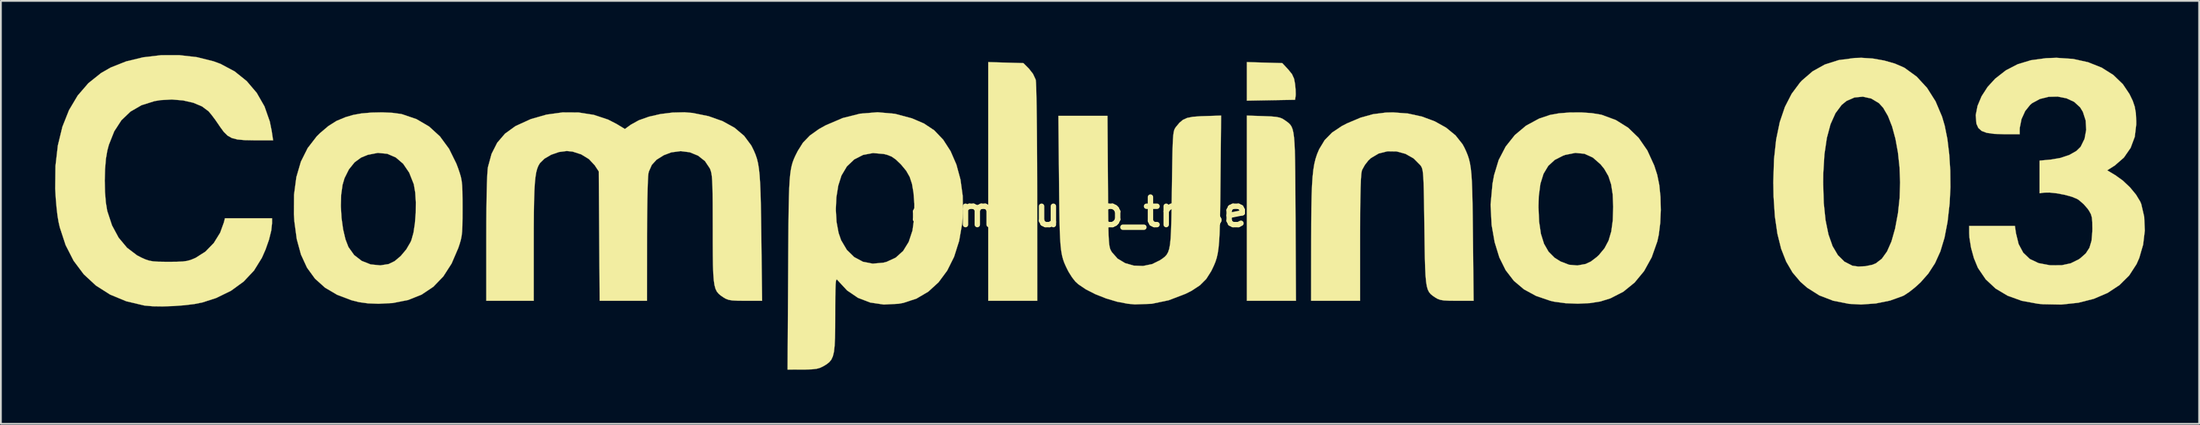
<source format=kicad_pcb>
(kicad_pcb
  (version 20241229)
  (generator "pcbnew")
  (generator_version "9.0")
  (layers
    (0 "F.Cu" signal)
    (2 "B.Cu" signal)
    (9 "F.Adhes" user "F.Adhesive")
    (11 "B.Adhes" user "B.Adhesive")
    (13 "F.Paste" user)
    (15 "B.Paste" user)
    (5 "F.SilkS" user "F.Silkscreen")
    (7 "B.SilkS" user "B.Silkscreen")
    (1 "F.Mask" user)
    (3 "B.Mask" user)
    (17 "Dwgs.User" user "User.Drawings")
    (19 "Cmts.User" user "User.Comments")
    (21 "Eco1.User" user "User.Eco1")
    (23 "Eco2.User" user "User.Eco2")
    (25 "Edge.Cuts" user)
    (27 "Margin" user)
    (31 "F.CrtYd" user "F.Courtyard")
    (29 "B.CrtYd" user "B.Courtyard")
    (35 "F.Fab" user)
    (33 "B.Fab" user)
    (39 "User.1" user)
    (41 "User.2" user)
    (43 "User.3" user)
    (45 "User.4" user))
  (footprint "compluino_trasero"
    (layer "F.Cu")
    (at 57.806 8.702)
    (property "Reference" "compluino_trasero" (at 0 0 0) (layer "F.SilkS") (effects (font (size 1.524 1.524) (thickness 0.3))))
    (attr through_hole)
    (fp_poly (pts (xy 9.108 -8.283) (xy 10.088 -8.255) (xy 10.413 -7.906) (xy 10.625 -7.645) (xy 10.74 -7.39) (xy 10.795 -7.096) (xy 10.823 -6.795) (xy 10.831 -6.532) (xy 10.824 -6.429) (xy 10.795 -6.223) (xy 9.461 -6.2) (xy 8.128 -6.176) (xy 8.128 -8.312) (xy 9.108 -8.283)) (stroke (width 0.01) (type solid)) (fill yes) (layer "F.SilkS"))
    (fp_poly (pts (xy -5.208 -8.283) (xy -4.236 -8.255) (xy -3.932 -7.951) (xy -3.704 -7.66) (xy -3.561 -7.351) (xy -3.552 -7.316) (xy -3.539 -7.178) (xy -3.527 -6.884) (xy -3.516 -6.45) (xy -3.505 -5.891) (xy -3.496 -5.22) (xy -3.488 -4.453) (xy -3.482 -3.604) (xy -3.477 -2.687) (xy -3.474 -1.717) (xy -3.473 -1.037) (xy -3.471 4.911) (xy -6.181 4.911) (xy -6.181 -8.312) (xy -5.208 -8.283)) (stroke (width 0.01) (type solid)) (fill yes) (layer "F.SilkS"))
    (fp_poly (pts (xy 9.038 -5.32) (xy 9.46 -5.303) (xy 9.754 -5.276) (xy 9.959 -5.233) (xy 10.115 -5.165) (xy 10.225 -5.094) (xy 10.344 -5.01) (xy 10.445 -4.932) (xy 10.53 -4.845) (xy 10.6 -4.737) (xy 10.657 -4.594) (xy 10.702 -4.401) (xy 10.737 -4.145) (xy 10.763 -3.813) (xy 10.782 -3.391) (xy 10.795 -2.864) (xy 10.804 -2.22) (xy 10.81 -1.444) (xy 10.815 -0.522) (xy 10.82 0.275) (xy 10.844 4.911) (xy 8.128 4.911) (xy 8.128 -5.349) (xy 9.038 -5.32)) (stroke (width 0.01) (type solid)) (fill yes) (layer "F.SilkS"))
    (fp_poly (pts (xy 27.211 -5.485) (xy 27.711 -5.402) (xy 27.762 -5.39) (xy 28.542 -5.102) (xy 29.222 -4.677) (xy 29.803 -4.115) (xy 30.284 -3.418) (xy 30.665 -2.584) (xy 30.83 -2.071) (xy 30.945 -1.507) (xy 31.011 -0.838) (xy 31.029 -0.119) (xy 30.998 0.594) (xy 30.918 1.244) (xy 30.836 1.621) (xy 30.525 2.502) (xy 30.104 3.265) (xy 29.579 3.901) (xy 28.957 4.407) (xy 28.241 4.775) (xy 27.678 4.95) (xy 27.101 5.04) (xy 26.438 5.071) (xy 25.76 5.045) (xy 25.139 4.961) (xy 24.923 4.912) (xy 24.13 4.642) (xy 23.457 4.276) (xy 22.899 3.804) (xy 22.447 3.217) (xy 22.095 2.507) (xy 21.837 1.665) (xy 21.669 0.709) (xy 21.618 -0.296) (xy 24.261 -0.296) (xy 24.296 0.526) (xy 24.397 1.205) (xy 24.569 1.755) (xy 24.819 2.19) (xy 25.153 2.526) (xy 25.479 2.731) (xy 25.953 2.913) (xy 26.41 2.954) (xy 26.872 2.871) (xy 27.16 2.735) (xy 27.483 2.489) (xy 27.607 2.373) (xy 27.914 2.003) (xy 28.139 1.578) (xy 28.289 1.071) (xy 28.372 0.455) (xy 28.396 -0.295) (xy 28.396 -0.296) (xy 28.368 -0.981) (xy 28.282 -1.538) (xy 28.13 -1.999) (xy 27.9 -2.398) (xy 27.697 -2.649) (xy 27.27 -3.023) (xy 26.808 -3.234) (xy 26.302 -3.283) (xy 25.744 -3.172) (xy 25.617 -3.127) (xy 25.16 -2.893) (xy 24.803 -2.564) (xy 24.541 -2.127) (xy 24.368 -1.571) (xy 24.278 -0.883) (xy 24.261 -0.296) (xy 21.618 -0.296) (xy 21.612 -0.416) (xy 21.719 -1.582) (xy 21.806 -2.05) (xy 22.06 -2.89) (xy 22.447 -3.634) (xy 22.954 -4.271) (xy 23.573 -4.79) (xy 24.293 -5.181) (xy 24.902 -5.386) (xy 25.399 -5.475) (xy 25.992 -5.521) (xy 26.616 -5.525) (xy 27.211 -5.485)) (stroke (width 0.01) (type solid)) (fill yes) (layer "F.SilkS"))
    (fp_poly (pts (xy 17.033 -5.465) (xy 17.811 -5.296) (xy 18.525 -5.03) (xy 19.154 -4.678) (xy 19.673 -4.252) (xy 20.06 -3.763) (xy 20.16 -3.58) (xy 20.262 -3.362) (xy 20.346 -3.155) (xy 20.416 -2.941) (xy 20.472 -2.703) (xy 20.517 -2.422) (xy 20.552 -2.081) (xy 20.578 -1.662) (xy 20.597 -1.149) (xy 20.612 -0.522) (xy 20.624 0.235) (xy 20.634 1.141) (xy 20.636 1.333) (xy 20.672 4.911) (xy 19.746 4.911) (xy 19.325 4.907) (xy 19.032 4.892) (xy 18.828 4.858) (xy 18.673 4.8) (xy 18.533 4.717) (xy 18.402 4.626) (xy 18.293 4.535) (xy 18.205 4.427) (xy 18.136 4.287) (xy 18.082 4.096) (xy 18.042 3.84) (xy 18.012 3.5) (xy 17.991 3.06) (xy 17.975 2.503) (xy 17.963 1.813) (xy 17.951 0.973) (xy 17.949 0.832) (xy 17.938 0.011) (xy 17.928 -0.657) (xy 17.917 -1.19) (xy 17.905 -1.606) (xy 17.89 -1.92) (xy 17.872 -2.151) (xy 17.849 -2.316) (xy 17.82 -2.432) (xy 17.784 -2.515) (xy 17.74 -2.583) (xy 17.73 -2.597) (xy 17.357 -2.973) (xy 16.907 -3.229) (xy 16.413 -3.363) (xy 15.907 -3.371) (xy 15.424 -3.25) (xy 14.994 -2.997) (xy 14.844 -2.856) (xy 14.655 -2.612) (xy 14.51 -2.35) (xy 14.489 -2.295) (xy 14.461 -2.129) (xy 14.438 -1.813) (xy 14.42 -1.342) (xy 14.406 -0.715) (xy 14.398 0.073) (xy 14.394 1.026) (xy 14.393 1.452) (xy 14.393 4.911) (xy 11.684 4.911) (xy 11.687 1.587) (xy 11.69 0.612) (xy 11.697 -0.211) (xy 11.711 -0.9) (xy 11.732 -1.473) (xy 11.763 -1.946) (xy 11.804 -2.338) (xy 11.858 -2.666) (xy 11.925 -2.947) (xy 12.008 -3.2) (xy 12.108 -3.441) (xy 12.13 -3.49) (xy 12.429 -3.986) (xy 12.839 -4.406) (xy 13.384 -4.771) (xy 13.674 -4.92) (xy 14.413 -5.232) (xy 15.107 -5.426) (xy 15.814 -5.516) (xy 16.214 -5.526) (xy 17.033 -5.465)) (stroke (width 0.01) (type solid)) (fill yes) (layer "F.SilkS"))
    (fp_poly (pts (xy -39.152 -5.503) (xy -38.681 -5.44) (xy -38.608 -5.424) (xy -37.813 -5.153) (xy -37.116 -4.744) (xy -36.516 -4.196) (xy -36.012 -3.509) (xy -35.606 -2.684) (xy -35.504 -2.412) (xy -35.419 -2.161) (xy -35.356 -1.943) (xy -35.314 -1.725) (xy -35.287 -1.472) (xy -35.273 -1.15) (xy -35.267 -0.724) (xy -35.266 -0.212) (xy -35.267 0.34) (xy -35.274 0.757) (xy -35.289 1.073) (xy -35.317 1.323) (xy -35.361 1.541) (xy -35.425 1.761) (xy -35.502 1.99) (xy -35.87 2.846) (xy -36.328 3.559) (xy -36.88 4.133) (xy -37.529 4.568) (xy -38.278 4.868) (xy -39.132 5.036) (xy -39.917 5.075) (xy -40.499 5.053) (xy -40.991 4.985) (xy -41.402 4.882) (xy -42.199 4.581) (xy -42.873 4.184) (xy -43.428 3.685) (xy -43.871 3.076) (xy -44.205 2.349) (xy -44.437 1.497) (xy -44.57 0.512) (xy -44.595 0.116) (xy -44.592 -0.334) (xy -41.998 -0.334) (xy -41.961 0.318) (xy -41.874 0.948) (xy -41.743 1.507) (xy -41.578 1.935) (xy -41.263 2.376) (xy -40.845 2.7) (xy -40.352 2.895) (xy -39.813 2.948) (xy -39.353 2.875) (xy -39.021 2.713) (xy -38.683 2.428) (xy -38.376 2.061) (xy -38.138 1.652) (xy -38.093 1.544) (xy -37.98 1.139) (xy -37.901 0.62) (xy -37.856 0.042) (xy -37.849 -0.543) (xy -37.882 -1.08) (xy -37.956 -1.517) (xy -37.969 -1.564) (xy -38.217 -2.19) (xy -38.551 -2.681) (xy -38.959 -3.03) (xy -39.43 -3.233) (xy -39.952 -3.283) (xy -40.514 -3.174) (xy -40.879 -3.023) (xy -41.24 -2.759) (xy -41.554 -2.367) (xy -41.794 -1.886) (xy -41.905 -1.511) (xy -41.981 -0.96) (xy -41.998 -0.334) (xy -44.592 -0.334) (xy -44.588 -0.969) (xy -44.46 -1.939) (xy -44.209 -2.798) (xy -43.834 -3.548) (xy -43.334 -4.196) (xy -43.147 -4.381) (xy -42.686 -4.772) (xy -42.239 -5.054) (xy -41.737 -5.263) (xy -41.317 -5.385) (xy -40.859 -5.468) (xy -40.304 -5.516) (xy -39.714 -5.528) (xy -39.152 -5.503)) (stroke (width 0.01) (type solid)) (fill yes) (layer "F.SilkS"))
    (fp_poly (pts (xy 6.668 -1.722) (xy 6.659 -0.783) (xy 6.648 0.004) (xy 6.635 0.657) (xy 6.617 1.194) (xy 6.592 1.632) (xy 6.559 1.988) (xy 6.516 2.281) (xy 6.461 2.528) (xy 6.391 2.747) (xy 6.306 2.954) (xy 6.204 3.169) (xy 6.147 3.282) (xy 5.881 3.701) (xy 5.536 4.047) (xy 5.076 4.352) (xy 4.741 4.522) (xy 3.805 4.88) (xy 2.863 5.077) (xy 1.93 5.11) (xy 1.537 5.074) (xy 0.942 4.96) (xy 0.331 4.777) (xy -0.256 4.544) (xy -0.777 4.279) (xy -1.194 3.997) (xy -1.367 3.838) (xy -1.544 3.611) (xy -1.725 3.324) (xy -1.782 3.217) (xy -1.885 3.008) (xy -1.971 2.813) (xy -2.041 2.616) (xy -2.098 2.4) (xy -2.143 2.146) (xy -2.178 1.838) (xy -2.204 1.458) (xy -2.224 0.988) (xy -2.238 0.41) (xy -2.249 -0.292) (xy -2.259 -1.136) (xy -2.264 -1.672) (xy -2.299 -5.334) (xy 0.416 -5.334) (xy 0.441 -1.714) (xy 0.447 -0.838) (xy 0.453 -0.114) (xy 0.46 0.473) (xy 0.468 0.94) (xy 0.478 1.302) (xy 0.493 1.576) (xy 0.511 1.779) (xy 0.535 1.925) (xy 0.564 2.033) (xy 0.601 2.117) (xy 0.646 2.195) (xy 0.66 2.218) (xy 0.976 2.575) (xy 1.393 2.825) (xy 1.875 2.962) (xy 2.386 2.981) (xy 2.892 2.876) (xy 3.318 2.666) (xy 3.468 2.565) (xy 3.592 2.468) (xy 3.692 2.357) (xy 3.771 2.216) (xy 3.832 2.029) (xy 3.878 1.778) (xy 3.911 1.447) (xy 3.934 1.019) (xy 3.951 0.476) (xy 3.964 -0.197) (xy 3.976 -1.018) (xy 3.979 -1.285) (xy 3.991 -2.106) (xy 4.001 -2.774) (xy 4.012 -3.308) (xy 4.024 -3.723) (xy 4.039 -4.038) (xy 4.057 -4.269) (xy 4.08 -4.434) (xy 4.109 -4.549) (xy 4.145 -4.631) (xy 4.189 -4.699) (xy 4.196 -4.709) (xy 4.394 -4.949) (xy 4.591 -5.114) (xy 4.825 -5.22) (xy 5.136 -5.281) (xy 5.562 -5.313) (xy 5.77 -5.32) (xy 6.702 -5.349) (xy 6.668 -1.722)) (stroke (width 0.01) (type solid)) (fill yes) (layer "F.SilkS"))
    (fp_poly (pts (xy 42.75 -8.511) (xy 43.386 -8.399) (xy 43.981 -8.229) (xy 44.475 -8.015) (xy 44.527 -7.986) (xy 45.19 -7.502) (xy 45.76 -6.883) (xy 46.23 -6.139) (xy 46.592 -5.284) (xy 46.738 -4.784) (xy 46.884 -4.055) (xy 46.986 -3.21) (xy 47.044 -2.302) (xy 47.053 -1.38) (xy 47.009 -0.493) (xy 47.009 -0.486) (xy 46.894 0.537) (xy 46.725 1.418) (xy 46.496 2.176) (xy 46.199 2.832) (xy 45.827 3.406) (xy 45.403 3.887) (xy 45.098 4.165) (xy 44.781 4.417) (xy 44.504 4.601) (xy 44.423 4.643) (xy 43.719 4.897) (xy 42.928 5.058) (xy 42.111 5.116) (xy 41.444 5.08) (xy 40.568 4.908) (xy 39.798 4.611) (xy 39.123 4.183) (xy 38.75 3.855) (xy 38.32 3.346) (xy 37.966 2.74) (xy 37.687 2.027) (xy 37.48 1.195) (xy 37.341 0.234) (xy 37.268 -0.867) (xy 37.255 -1.609) (xy 40.012 -1.609) (xy 40.045 -0.508) (xy 40.142 0.439) (xy 40.304 1.234) (xy 40.531 1.881) (xy 40.826 2.383) (xy 41.189 2.743) (xy 41.621 2.964) (xy 41.629 2.967) (xy 41.954 3.014) (xy 42.348 2.995) (xy 42.727 2.916) (xy 42.923 2.838) (xy 43.258 2.581) (xy 43.546 2.179) (xy 43.79 1.625) (xy 43.991 0.917) (xy 44.153 0.048) (xy 44.153 0.042) (xy 44.243 -0.794) (xy 44.269 -1.646) (xy 44.237 -2.491) (xy 44.149 -3.305) (xy 44.011 -4.064) (xy 43.826 -4.746) (xy 43.598 -5.326) (xy 43.332 -5.782) (xy 43.096 -6.04) (xy 42.674 -6.293) (xy 42.211 -6.397) (xy 41.743 -6.352) (xy 41.306 -6.162) (xy 41.035 -5.941) (xy 40.692 -5.48) (xy 40.419 -4.871) (xy 40.216 -4.112) (xy 40.082 -3.202) (xy 40.018 -2.14) (xy 40.012 -1.609) (xy 37.255 -1.609) (xy 37.254 -1.693) (xy 37.293 -2.932) (xy 37.412 -4.028) (xy 37.612 -4.992) (xy 37.897 -5.832) (xy 38.269 -6.557) (xy 38.73 -7.177) (xy 38.832 -7.287) (xy 39.427 -7.801) (xy 40.106 -8.179) (xy 40.877 -8.424) (xy 41.751 -8.539) (xy 42.129 -8.55) (xy 42.75 -8.511)) (stroke (width 0.01) (type solid)) (fill yes) (layer "F.SilkS"))
    (fp_poly (pts (xy -49.955 -8.584) (xy -49.041 -8.356) (xy -48.652 -8.211) (xy -47.877 -7.799) (xy -47.207 -7.26) (xy -46.652 -6.607) (xy -46.222 -5.855) (xy -45.929 -5.018) (xy -45.826 -4.508) (xy -45.747 -3.979) (xy -46.771 -3.979) (xy -47.312 -3.989) (xy -47.718 -4.025) (xy -48.024 -4.104) (xy -48.266 -4.24) (xy -48.476 -4.448) (xy -48.69 -4.741) (xy -48.734 -4.808) (xy -48.943 -5.112) (xy -49.155 -5.394) (xy -49.321 -5.591) (xy -49.68 -5.858) (xy -50.161 -6.06) (xy -50.728 -6.189) (xy -51.347 -6.24) (xy -51.979 -6.205) (xy -52.312 -6.149) (xy -53.03 -5.923) (xy -53.638 -5.57) (xy -54.14 -5.089) (xy -54.537 -4.477) (xy -54.833 -3.73) (xy -54.918 -3.413) (xy -54.997 -2.949) (xy -55.044 -2.375) (xy -55.061 -1.747) (xy -55.047 -1.118) (xy -55.001 -0.543) (xy -54.925 -0.078) (xy -54.92 -0.058) (xy -54.658 0.736) (xy -54.292 1.416) (xy -53.829 1.971) (xy -53.277 2.391) (xy -53.044 2.514) (xy -52.811 2.617) (xy -52.606 2.685) (xy -52.384 2.725) (xy -52.099 2.745) (xy -51.706 2.751) (xy -51.52 2.752) (xy -51.071 2.748) (xy -50.748 2.734) (xy -50.507 2.701) (xy -50.302 2.645) (xy -50.09 2.557) (xy -50.032 2.531) (xy -49.49 2.186) (xy -49.03 1.713) (xy -48.676 1.141) (xy -48.469 0.569) (xy -48.411 0.339) (xy -45.805 0.339) (xy -45.805 0.617) (xy -45.85 1.028) (xy -45.975 1.531) (xy -46.166 2.075) (xy -46.367 2.531) (xy -46.804 3.237) (xy -47.378 3.847) (xy -48.078 4.356) (xy -48.898 4.757) (xy -49.657 5.002) (xy -50.1 5.09) (xy -50.651 5.157) (xy -51.256 5.202) (xy -51.86 5.222) (xy -52.411 5.214) (xy -52.853 5.175) (xy -52.876 5.171) (xy -53.871 4.936) (xy -54.762 4.567) (xy -55.547 4.068) (xy -56.222 3.442) (xy -56.783 2.693) (xy -57.226 1.825) (xy -57.548 0.842) (xy -57.616 0.545) (xy -57.674 0.197) (xy -57.727 -0.262) (xy -57.771 -0.774) (xy -57.8 -1.281) (xy -57.801 -1.312) (xy -57.787 -2.555) (xy -57.655 -3.695) (xy -57.404 -4.729) (xy -57.038 -5.651) (xy -56.559 -6.457) (xy -55.968 -7.143) (xy -55.267 -7.704) (xy -54.735 -8.01) (xy -53.88 -8.35) (xy -52.936 -8.578) (xy -51.942 -8.695) (xy -50.935 -8.697) (xy -49.955 -8.584)) (stroke (width 0.01) (type solid)) (fill yes) (layer "F.SilkS"))
    (fp_poly (pts (xy -11.344 -5.448) (xy -10.405 -5.198) (xy -9.735 -4.91) (xy -9.166 -4.53) (xy -8.673 -4.013) (xy -8.263 -3.376) (xy -7.942 -2.634) (xy -7.717 -1.805) (xy -7.594 -0.906) (xy -7.578 0.046) (xy -7.621 0.612) (xy -7.791 1.593) (xy -8.069 2.471) (xy -8.451 3.238) (xy -8.929 3.885) (xy -9.497 4.404) (xy -10.149 4.788) (xy -10.878 5.028) (xy -11.148 5.076) (xy -11.961 5.118) (xy -12.711 5.007) (xy -13.389 4.746) (xy -13.989 4.338) (xy -14.504 3.784) (xy -14.516 3.768) (xy -14.555 3.729) (xy -14.586 3.744) (xy -14.608 3.83) (xy -14.624 4.004) (xy -14.634 4.283) (xy -14.641 4.686) (xy -14.644 5.229) (xy -14.645 5.674) (xy -14.648 6.392) (xy -14.658 6.962) (xy -14.68 7.404) (xy -14.718 7.74) (xy -14.778 7.989) (xy -14.864 8.174) (xy -14.981 8.315) (xy -15.133 8.433) (xy -15.291 8.529) (xy -15.477 8.62) (xy -15.677 8.677) (xy -15.937 8.707) (xy -16.306 8.719) (xy -16.452 8.719) (xy -17.282 8.721) (xy -17.251 3.365) (xy -17.245 2.238) (xy -17.238 1.266) (xy -17.231 0.436) (xy -17.223 -0.138) (xy -14.614 -0.138) (xy -14.574 0.539) (xy -14.46 1.153) (xy -14.323 1.551) (xy -14.005 2.089) (xy -13.597 2.489) (xy -13.115 2.747) (xy -12.573 2.853) (xy -11.986 2.801) (xy -11.805 2.754) (xy -11.298 2.519) (xy -10.889 2.149) (xy -10.58 1.648) (xy -10.373 1.022) (xy -10.271 0.275) (xy -10.269 -0.466) (xy -10.316 -1.08) (xy -10.398 -1.564) (xy -10.528 -1.957) (xy -10.721 -2.295) (xy -10.988 -2.618) (xy -11.041 -2.674) (xy -11.305 -2.925) (xy -11.531 -3.081) (xy -11.78 -3.178) (xy -11.959 -3.222) (xy -12.555 -3.274) (xy -13.107 -3.17) (xy -13.597 -2.919) (xy -14.003 -2.532) (xy -14.302 -2.028) (xy -14.478 -1.472) (xy -14.583 -0.825) (xy -14.614 -0.138) (xy -17.223 -0.138) (xy -17.221 -0.267) (xy -17.208 -0.855) (xy -17.191 -1.344) (xy -17.168 -1.745) (xy -17.139 -2.075) (xy -17.102 -2.345) (xy -17.056 -2.571) (xy -17.001 -2.765) (xy -16.935 -2.942) (xy -16.857 -3.116) (xy -16.765 -3.3) (xy -16.719 -3.391) (xy -16.43 -3.85) (xy -16.05 -4.244) (xy -15.548 -4.602) (xy -15.178 -4.809) (xy -14.231 -5.214) (xy -13.268 -5.456) (xy -12.302 -5.534) (xy -11.344 -5.448)) (stroke (width 0.01) (type solid)) (fill yes) (layer "F.SilkS"))
    (fp_poly (pts (xy -22.537 -5.495) (xy -21.654 -5.316) (xy -20.877 -5.04) (xy -20.218 -4.676) (xy -19.688 -4.228) (xy -19.299 -3.705) (xy -19.254 -3.621) (xy -19.145 -3.399) (xy -19.054 -3.184) (xy -18.978 -2.959) (xy -18.917 -2.707) (xy -18.869 -2.409) (xy -18.831 -2.048) (xy -18.802 -1.607) (xy -18.779 -1.068) (xy -18.762 -0.413) (xy -18.748 0.375) (xy -18.736 1.314) (xy -18.735 1.376) (xy -18.692 4.911) (xy -19.621 4.911) (xy -20.043 4.907) (xy -20.337 4.892) (xy -20.542 4.858) (xy -20.698 4.8) (xy -20.837 4.718) (xy -20.982 4.618) (xy -21.101 4.516) (xy -21.197 4.398) (xy -21.271 4.245) (xy -21.327 4.04) (xy -21.366 3.767) (xy -21.393 3.407) (xy -21.41 2.943) (xy -21.418 2.359) (xy -21.422 1.636) (xy -21.422 0.931) (xy -21.424 0.13) (xy -21.426 -0.52) (xy -21.432 -1.037) (xy -21.441 -1.441) (xy -21.454 -1.748) (xy -21.472 -1.978) (xy -21.496 -2.149) (xy -21.528 -2.279) (xy -21.567 -2.387) (xy -21.583 -2.423) (xy -21.854 -2.829) (xy -22.234 -3.129) (xy -22.691 -3.316) (xy -23.196 -3.38) (xy -23.716 -3.312) (xy -24.132 -3.154) (xy -24.531 -2.904) (xy -24.793 -2.619) (xy -24.953 -2.259) (xy -24.98 -2.152) (xy -24.997 -1.996) (xy -25.013 -1.69) (xy -25.027 -1.255) (xy -25.04 -0.713) (xy -25.049 -0.083) (xy -25.056 0.614) (xy -25.059 1.358) (xy -25.059 1.545) (xy -25.061 4.911) (xy -27.679 4.911) (xy -27.704 1.327) (xy -27.728 -2.256) (xy -27.955 -2.599) (xy -28.273 -2.939) (xy -28.698 -3.2) (xy -29.179 -3.355) (xy -29.502 -3.386) (xy -29.932 -3.33) (xy -30.363 -3.18) (xy -30.735 -2.962) (xy -30.979 -2.722) (xy -31.062 -2.586) (xy -31.131 -2.422) (xy -31.187 -2.213) (xy -31.231 -1.944) (xy -31.266 -1.598) (xy -31.291 -1.161) (xy -31.308 -0.616) (xy -31.319 0.052) (xy -31.325 0.86) (xy -31.326 1.714) (xy -31.327 4.911) (xy -33.951 4.911) (xy -33.951 1.455) (xy -33.949 0.541) (xy -33.942 -0.281) (xy -33.931 -0.998) (xy -33.916 -1.595) (xy -33.897 -2.06) (xy -33.875 -2.377) (xy -33.86 -2.495) (xy -33.659 -3.231) (xy -33.347 -3.846) (xy -32.915 -4.349) (xy -32.357 -4.753) (xy -32.311 -4.779) (xy -31.489 -5.154) (xy -30.619 -5.403) (xy -29.728 -5.526) (xy -28.845 -5.521) (xy -27.997 -5.388) (xy -27.213 -5.127) (xy -26.751 -4.889) (xy -26.283 -4.606) (xy -25.955 -4.844) (xy -25.516 -5.088) (xy -24.956 -5.287) (xy -24.319 -5.433) (xy -23.647 -5.517) (xy -22.986 -5.532) (xy -22.537 -5.495)) (stroke (width 0.01) (type solid)) (fill yes) (layer "F.SilkS"))
    (fp_poly (pts (xy 53.837 -8.488) (xy 54.674 -8.304) (xy 55.422 -8.005) (xy 56.066 -7.598) (xy 56.593 -7.089) (xy 56.957 -6.546) (xy 57.138 -6.172) (xy 57.251 -5.839) (xy 57.312 -5.485) (xy 57.333 -5.047) (xy 57.333 -4.86) (xy 57.253 -4.177) (xy 57.022 -3.559) (xy 56.65 -3.022) (xy 56.148 -2.585) (xy 56.08 -2.541) (xy 55.726 -2.317) (xy 56.175 -2.048) (xy 56.589 -1.75) (xy 56.984 -1.377) (xy 57.319 -0.973) (xy 57.556 -0.582) (xy 57.611 -0.448) (xy 57.774 0.257) (xy 57.807 1.021) (xy 57.715 1.796) (xy 57.5 2.539) (xy 57.35 2.879) (xy 56.942 3.509) (xy 56.404 4.042) (xy 55.747 4.475) (xy 54.984 4.802) (xy 54.126 5.019) (xy 53.185 5.12) (xy 52.174 5.101) (xy 51.892 5.075) (xy 51.001 4.912) (xy 50.218 4.63) (xy 49.551 4.232) (xy 49.005 3.722) (xy 48.585 3.104) (xy 48.559 3.053) (xy 48.353 2.55) (xy 48.195 1.978) (xy 48.105 1.417) (xy 48.092 1.164) (xy 48.091 0.762) (xy 50.62 0.762) (xy 50.678 1.164) (xy 50.826 1.77) (xy 51.08 2.245) (xy 51.445 2.594) (xy 51.927 2.823) (xy 52.532 2.937) (xy 52.62 2.944) (xy 53.214 2.94) (xy 53.706 2.835) (xy 54.142 2.62) (xy 54.244 2.55) (xy 54.544 2.283) (xy 54.744 1.973) (xy 54.86 1.583) (xy 54.904 1.078) (xy 54.906 0.917) (xy 54.902 0.551) (xy 54.879 0.301) (xy 54.827 0.116) (xy 54.733 -0.059) (xy 54.649 -0.183) (xy 54.425 -0.442) (xy 54.16 -0.669) (xy 54.053 -0.737) (xy 53.763 -0.855) (xy 53.373 -0.961) (xy 52.946 -1.042) (xy 52.545 -1.086) (xy 52.237 -1.082) (xy 52.229 -1.081) (xy 51.985 -1.045) (xy 51.985 -2.854) (xy 52.597 -2.911) (xy 53.145 -3.005) (xy 53.632 -3.169) (xy 54.021 -3.389) (xy 54.257 -3.62) (xy 54.473 -4.06) (xy 54.566 -4.562) (xy 54.535 -5.077) (xy 54.382 -5.555) (xy 54.227 -5.809) (xy 53.899 -6.109) (xy 53.473 -6.307) (xy 52.988 -6.401) (xy 52.484 -6.389) (xy 52.001 -6.269) (xy 51.576 -6.039) (xy 51.47 -5.952) (xy 51.188 -5.6) (xy 50.985 -5.152) (xy 50.889 -4.672) (xy 50.885 -4.557) (xy 50.885 -4.318) (xy 50.017 -4.318) (xy 49.467 -4.336) (xy 49.062 -4.393) (xy 48.779 -4.5) (xy 48.597 -4.663) (xy 48.493 -4.893) (xy 48.49 -4.907) (xy 48.453 -5.374) (xy 48.553 -5.888) (xy 48.776 -6.419) (xy 49.11 -6.936) (xy 49.53 -7.395) (xy 50.121 -7.856) (xy 50.773 -8.194) (xy 51.508 -8.416) (xy 52.347 -8.53) (xy 52.924 -8.55) (xy 53.837 -8.488)) (stroke (width 0.01) (type solid)) (fill yes) (layer "F.SilkS")))
  (gr_rect
    (start -3 -3)
    (end 118.618 20.428)
    (stroke (width 0.1) (type default))
    (fill no)
    (layer "Edge.Cuts")))
</source>
